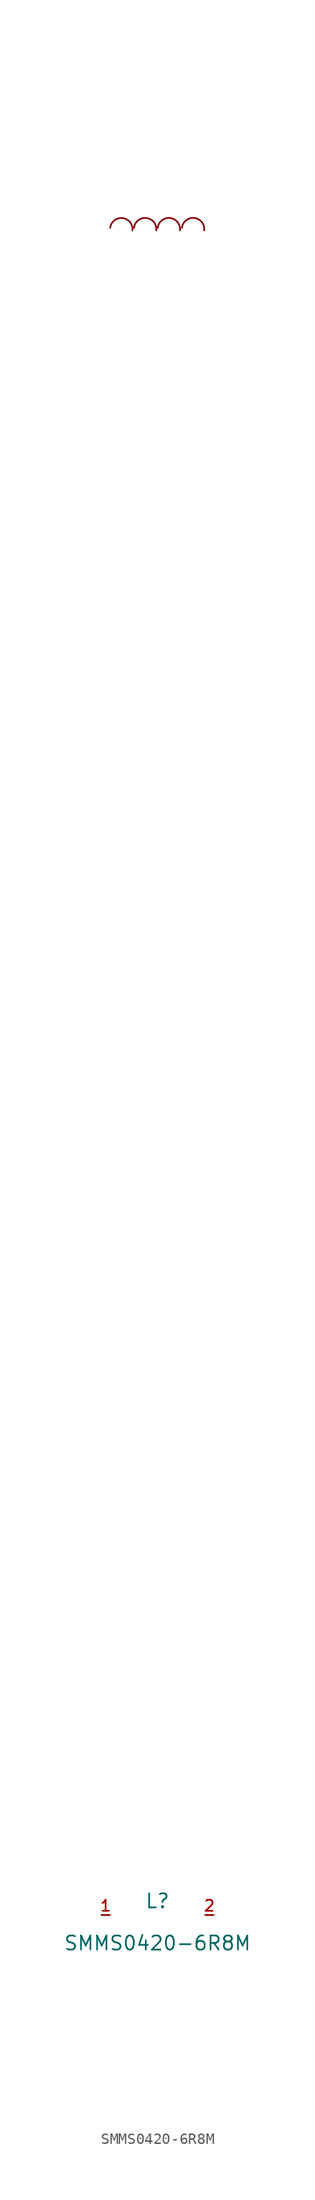
<source format=kicad_sym>
(kicad_symbol_lib
  (version 20210201)
  (generator TousstNicolas/JLC2KiCad_lib)
  (symbol "SMMS0420-6R8M"
    (pin_names hide)
    (property "Reference" "L"
      (at 0 1.27 0)
      (effects (font (size 1.27 1.27))))
    (property "Value" "SMMS0420-6R8M"
      (at 0 -2.54 0)
      (effects (font (size 1.27 1.27))))
    (symbol "SMMS0420-6R8M_0_1"
      (pin unspecified line (at 5.08 -0.0 180) (length 0.762) (name "2" (effects (font (size 1 1)))) (number "2" (effects (font (size 1 1)))))
      (pin unspecified line (at -5.08 -0.0 0) (length 0.762) (name "1" (effects (font (size 1 1)))) (number "1" (effects (font (size 1 1)))))
      (arc (start -2.2675798317689098 152.26577474375057) (mid -3.1589675383294846 153.39269454626879) (end -4.285887329344515 152.50130682516553) (stroke (width 0) (type default) (color 0 0 0 0)) (fill (type none)))
      (arc (start -0.11289020511819081 152.26516817215807) (mid -1.0043096562459306 153.39206286199257) (end -2.131204336687783 152.50064339899106) (stroke (width 0) (type default) (color 0 0 0 0)) (fill (type none)))
      (arc (start 2.037732096126408 152.26516817215807) (mid 1.146312644998668 153.39206286199257) (end 0.019417964556815614 152.50064339899106) (stroke (width 0) (type default) (color 0 0 0 0)) (fill (type none)))
      (arc (start 4.230518481699189 152.26567617317409) (mid 3.339099030571449 153.3925708630086) (end 2.2122043501295967 152.50115140000707) (stroke (width 0) (type default) (color 0 0 0 0)) (fill (type none))))))
</source>
